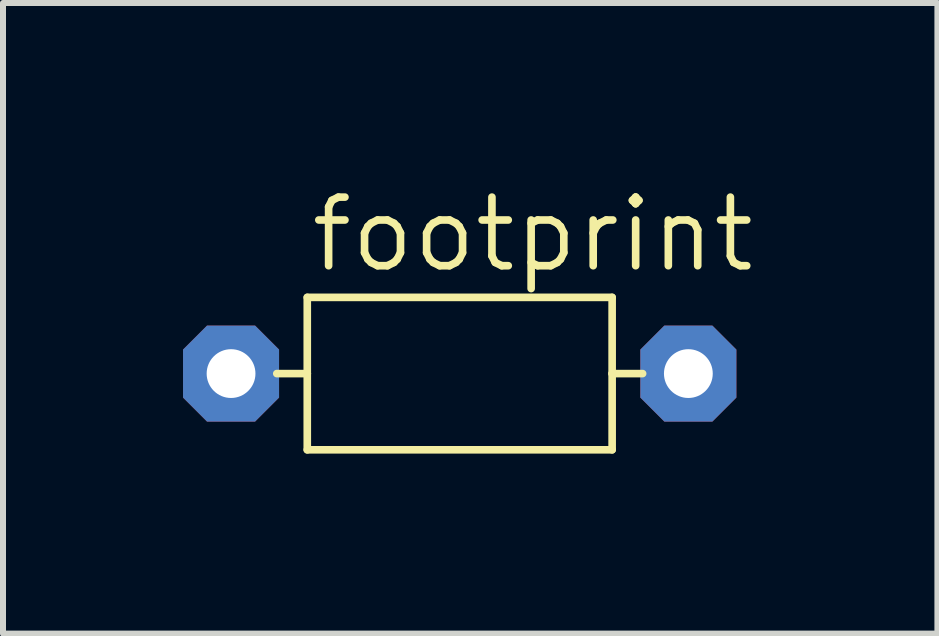
<source format=kicad_pcb>
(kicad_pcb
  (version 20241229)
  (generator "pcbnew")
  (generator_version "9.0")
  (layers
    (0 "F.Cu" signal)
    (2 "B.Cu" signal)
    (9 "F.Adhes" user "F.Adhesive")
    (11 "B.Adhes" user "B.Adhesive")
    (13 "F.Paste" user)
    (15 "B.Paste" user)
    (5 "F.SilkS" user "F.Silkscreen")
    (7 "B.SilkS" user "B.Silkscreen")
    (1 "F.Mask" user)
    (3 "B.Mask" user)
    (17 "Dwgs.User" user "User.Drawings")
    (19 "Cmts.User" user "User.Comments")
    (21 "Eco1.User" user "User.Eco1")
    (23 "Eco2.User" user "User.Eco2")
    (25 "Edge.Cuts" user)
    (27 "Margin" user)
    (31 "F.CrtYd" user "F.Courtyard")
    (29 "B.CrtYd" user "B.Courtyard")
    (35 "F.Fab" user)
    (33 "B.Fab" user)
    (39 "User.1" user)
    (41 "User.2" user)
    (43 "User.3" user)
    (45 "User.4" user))
  (footprint "footprint"
    (layer "F.Cu")
    (at 4.61 3.175)
    (property "Reference" "footprint" (at -2.54 -1.651 0) (layer "F.SilkS") (effects (font (size 1.143 1.143) (thickness 0.127)) (justify left bottom)))
    (fp_line (start -2.54 -1.27) (end -2.54 0) (stroke (width 0.127) (type solid)) (layer "F.SilkS"))
    (fp_line (start -2.54 0) (end -3.048 0) (stroke (width 0.127) (type solid)) (layer "F.SilkS"))
    (fp_line (start -2.54 0) (end -2.54 1.27) (stroke (width 0.127) (type solid)) (layer "F.SilkS"))
    (fp_line (start -2.54 1.27) (end 2.54 1.27) (stroke (width 0.127) (type solid)) (layer "F.SilkS"))
    (fp_line (start 2.54 -1.27) (end -2.54 -1.27) (stroke (width 0.127) (type solid)) (layer "F.SilkS"))
    (fp_line (start 2.54 0) (end 2.54 -1.27) (stroke (width 0.127) (type solid)) (layer "F.SilkS"))
    (fp_line (start 2.54 0) (end 3.048 0) (stroke (width 0.127) (type solid)) (layer "F.SilkS"))
    (fp_line (start 2.54 1.27) (end 2.54 0) (stroke (width 0.127) (type solid)) (layer "F.SilkS"))
    (pad "1" thru_hole roundrect (at -3.81 0) (size 1.6 1.6) (drill 0.813) (layers "*.Cu" "*.Mask") (roundrect_rratio 0.25) (chamfer_ratio 0.25) (chamfer top_left top_right bottom_left bottom_right))
    (pad "2" thru_hole roundrect (at 3.81 0) (size 1.6 1.6) (drill 0.813) (layers "*.Cu" "*.Mask") (roundrect_rratio 0.25) (chamfer_ratio 0.25) (chamfer top_left top_right bottom_left bottom_right)))
  (gr_rect
    (start -3 -3)
    (end 12.57 7.508)
    (stroke (width 0.1) (type default))
    (fill no)
    (layer "Edge.Cuts")))
</source>
